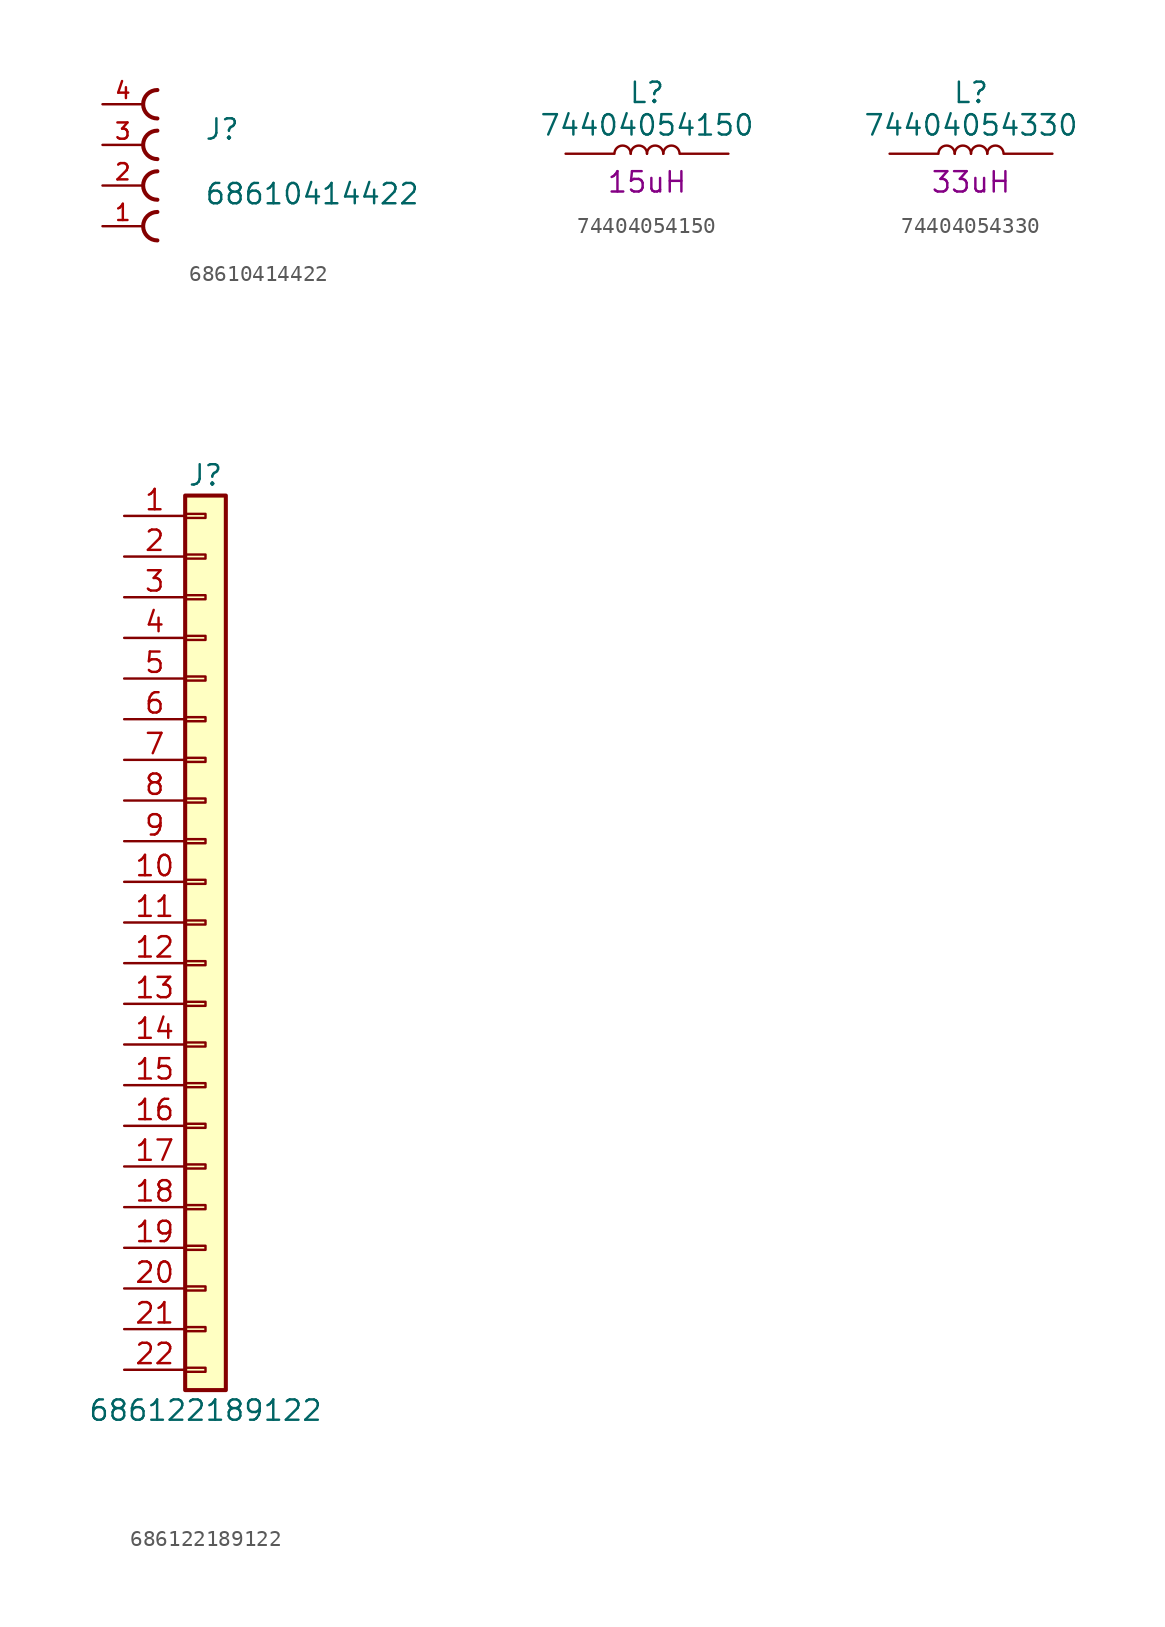
<source format=kicad_sym>
(kicad_symbol_lib
  (version 20231120)
  (generator "kicad_symbol_editor")
  (generator_version "8.0")
  (symbol "68610414422"
    (pin_names
      (offset 1.016) hide)
    (property "Reference" "J"
      (at 1.27 2.769 0)
      (effects (font (size 1.27 1.27)) (justify left bottom)))
    (property "Value" "68610414422"
      (at 1.27 -1.27 0)
      (effects (font (size 1.27 1.27)) (justify left bottom)))
    (symbol "68610414422_0_0"
      (arc (start -1.651 -1.651) (mid -2.5362 -2.54) (end -1.651 -3.429) (stroke (width 0.254) (type default)) (fill (type none)))
      (arc (start -1.651 0.889) (mid -2.5362 0) (end -1.651 -0.889) (stroke (width 0.254) (type default)) (fill (type none)))
      (arc (start -1.651 3.429) (mid -2.5362 2.54) (end -1.651 1.651) (stroke (width 0.254) (type default)) (fill (type none)))
      (arc (start -1.651 5.969) (mid -2.5362 5.08) (end -1.651 4.191) (stroke (width 0.254) (type default)) (fill (type none)))
      (pin passive line (at -5.08 -2.54 0) (length 2.54) (name "~" (effects (font (size 1.016 1.016)))) (number "1" (effects (font (size 1.016 1.016)))))
      (pin passive line (at -5.08 0 0) (length 2.54) (name "~" (effects (font (size 1.016 1.016)))) (number "2" (effects (font (size 1.016 1.016)))))
      (pin passive line (at -5.08 2.54 0) (length 2.54) (name "~" (effects (font (size 1.016 1.016)))) (number "3" (effects (font (size 1.016 1.016)))))
      (pin passive line (at -5.08 5.08 0) (length 2.54) (name "~" (effects (font (size 1.016 1.016)))) (number "4" (effects (font (size 1.016 1.016)))))))
  (symbol "74404054150"
    (pin_numbers hide)
    (pin_names
      (offset 0.254) hide)
    (property "Reference" "L"
      (at 0 3.81 0)
      (effects (font (size 1.27 1.27))))
    (property "Value" "74404054150"
      (at 0 1.778 0)
      (effects (font (size 1.27 1.27))))
    (property "Inductor Value" "15uH"
      (at 0 -1.778 0)
      (effects (font (size 1.27 1.27))))
    (symbol "74404054150_0_1"
      (arc (start -1.016 0) (mid -1.524 0.5058) (end -2.032 0) (stroke (width 0) (type default)) (fill (type none)))
      (arc (start 0 0) (mid -0.508 0.5058) (end -1.016 0) (stroke (width 0) (type default)) (fill (type none)))
      (arc (start 1.016 0) (mid 0.508 0.5058) (end 0 0) (stroke (width 0) (type default)) (fill (type none)))
      (arc (start 2.032 0) (mid 1.524 0.5058) (end 1.016 0) (stroke (width 0) (type default)) (fill (type none))))
    (symbol "74404054150_1_1"
      (pin passive line (at -5.08 0 0) (length 2.997) (name "~" (effects (font (size 1.27 1.27)))) (number "1" (effects (font (size 1.27 1.27)))))
      (pin passive line (at 5.08 0 180) (length 2.997) (name "~" (effects (font (size 1.27 1.27)))) (number "2" (effects (font (size 1.27 1.27)))))))
  (symbol "74404054330"
    (pin_numbers hide)
    (pin_names
      (offset 0.254) hide)
    (property "Reference" "L"
      (at 0 3.81 0)
      (effects (font (size 1.27 1.27))))
    (property "Value" "74404054330"
      (at 0 1.778 0)
      (effects (font (size 1.27 1.27))))
    (property "Inductor Value" "33uH"
      (at 0 -1.778 0)
      (effects (font (size 1.27 1.27))))
    (symbol "74404054330_0_1"
      (arc (start -1.016 0) (mid -1.524 0.5058) (end -2.032 0) (stroke (width 0) (type default)) (fill (type none)))
      (arc (start 0 0) (mid -0.508 0.5058) (end -1.016 0) (stroke (width 0) (type default)) (fill (type none)))
      (arc (start 1.016 0) (mid 0.508 0.5058) (end 0 0) (stroke (width 0) (type default)) (fill (type none)))
      (arc (start 2.032 0) (mid 1.524 0.5058) (end 1.016 0) (stroke (width 0) (type default)) (fill (type none))))
    (symbol "74404054330_1_1"
      (pin passive line (at -5.08 0 0) (length 2.997) (name "~" (effects (font (size 1.27 1.27)))) (number "1" (effects (font (size 1.27 1.27)))))
      (pin passive line (at 5.08 0 180) (length 2.997) (name "~" (effects (font (size 1.27 1.27)))) (number "2" (effects (font (size 1.27 1.27)))))))
  (symbol "686122189122"
    (pin_names
      (offset 1.016) hide)
    (property "Reference" "J"
      (at 0 29.21 0)
      (effects (font (size 1.27 1.27))))
    (property "Value" "686122189122"
      (at 0 -29.21 0)
      (effects (font (size 1.27 1.27))))
    (symbol "686122189122_1_1"
      (rectangle (start -1.27 -26.543) (end 0 -26.797) (stroke (width 0.152) (type default)) (fill (type none)))
      (rectangle (start -1.27 -24.003) (end 0 -24.257) (stroke (width 0.152) (type default)) (fill (type none)))
      (rectangle (start -1.27 -21.463) (end 0 -21.717) (stroke (width 0.152) (type default)) (fill (type none)))
      (rectangle (start -1.27 -18.923) (end 0 -19.177) (stroke (width 0.152) (type default)) (fill (type none)))
      (rectangle (start -1.27 -16.383) (end 0 -16.637) (stroke (width 0.152) (type default)) (fill (type none)))
      (rectangle (start -1.27 -13.843) (end 0 -14.097) (stroke (width 0.152) (type default)) (fill (type none)))
      (rectangle (start -1.27 -11.303) (end 0 -11.557) (stroke (width 0.152) (type default)) (fill (type none)))
      (rectangle (start -1.27 -8.763) (end 0 -9.017) (stroke (width 0.152) (type default)) (fill (type none)))
      (rectangle (start -1.27 -6.223) (end 0 -6.477) (stroke (width 0.152) (type default)) (fill (type none)))
      (rectangle (start -1.27 -3.683) (end 0 -3.937) (stroke (width 0.152) (type default)) (fill (type none)))
      (rectangle (start -1.27 -1.143) (end 0 -1.397) (stroke (width 0.152) (type default)) (fill (type none)))
      (rectangle (start -1.27 1.397) (end 0 1.143) (stroke (width 0.152) (type default)) (fill (type none)))
      (rectangle (start -1.27 3.937) (end 0 3.683) (stroke (width 0.152) (type default)) (fill (type none)))
      (rectangle (start -1.27 6.477) (end 0 6.223) (stroke (width 0.152) (type default)) (fill (type none)))
      (rectangle (start -1.27 9.017) (end 0 8.763) (stroke (width 0.152) (type default)) (fill (type none)))
      (rectangle (start -1.27 11.557) (end 0 11.303) (stroke (width 0.152) (type default)) (fill (type none)))
      (rectangle (start -1.27 14.097) (end 0 13.843) (stroke (width 0.152) (type default)) (fill (type none)))
      (rectangle (start -1.27 16.637) (end 0 16.383) (stroke (width 0.152) (type default)) (fill (type none)))
      (rectangle (start -1.27 19.177) (end 0 18.923) (stroke (width 0.152) (type default)) (fill (type none)))
      (rectangle (start -1.27 21.717) (end 0 21.463) (stroke (width 0.152) (type default)) (fill (type none)))
      (rectangle (start -1.27 24.257) (end 0 24.003) (stroke (width 0.152) (type default)) (fill (type none)))
      (rectangle (start -1.27 26.797) (end 0 26.543) (stroke (width 0.152) (type default)) (fill (type none)))
      (rectangle (start -1.27 27.94) (end 1.27 -27.94) (stroke (width 0.254) (type default)) (fill (type background)))
      (pin passive line (at -5.08 26.67 0) (length 3.81) (name "Pin_1" (effects (font (size 1.27 1.27)))) (number "1" (effects (font (size 1.27 1.27)))))
      (pin passive line (at -5.08 3.81 0) (length 3.81) (name "Pin_10" (effects (font (size 1.27 1.27)))) (number "10" (effects (font (size 1.27 1.27)))))
      (pin passive line (at -5.08 1.27 0) (length 3.81) (name "Pin_11" (effects (font (size 1.27 1.27)))) (number "11" (effects (font (size 1.27 1.27)))))
      (pin passive line (at -5.08 -1.27 0) (length 3.81) (name "Pin_12" (effects (font (size 1.27 1.27)))) (number "12" (effects (font (size 1.27 1.27)))))
      (pin passive line (at -5.08 -3.81 0) (length 3.81) (name "Pin_13" (effects (font (size 1.27 1.27)))) (number "13" (effects (font (size 1.27 1.27)))))
      (pin passive line (at -5.08 -6.35 0) (length 3.81) (name "Pin_14" (effects (font (size 1.27 1.27)))) (number "14" (effects (font (size 1.27 1.27)))))
      (pin passive line (at -5.08 -8.89 0) (length 3.81) (name "Pin_15" (effects (font (size 1.27 1.27)))) (number "15" (effects (font (size 1.27 1.27)))))
      (pin passive line (at -5.08 -11.43 0) (length 3.81) (name "Pin_16" (effects (font (size 1.27 1.27)))) (number "16" (effects (font (size 1.27 1.27)))))
      (pin passive line (at -5.08 -13.97 0) (length 3.81) (name "Pin_17" (effects (font (size 1.27 1.27)))) (number "17" (effects (font (size 1.27 1.27)))))
      (pin passive line (at -5.08 -16.51 0) (length 3.81) (name "Pin_18" (effects (font (size 1.27 1.27)))) (number "18" (effects (font (size 1.27 1.27)))))
      (pin passive line (at -5.08 -19.05 0) (length 3.81) (name "Pin_19" (effects (font (size 1.27 1.27)))) (number "19" (effects (font (size 1.27 1.27)))))
      (pin passive line (at -5.08 24.13 0) (length 3.81) (name "Pin_2" (effects (font (size 1.27 1.27)))) (number "2" (effects (font (size 1.27 1.27)))))
      (pin passive line (at -5.08 -21.59 0) (length 3.81) (name "Pin_20" (effects (font (size 1.27 1.27)))) (number "20" (effects (font (size 1.27 1.27)))))
      (pin passive line (at -5.08 -24.13 0) (length 3.81) (name "Pin_21" (effects (font (size 1.27 1.27)))) (number "21" (effects (font (size 1.27 1.27)))))
      (pin passive line (at -5.08 -26.67 0) (length 3.81) (name "Pin_22" (effects (font (size 1.27 1.27)))) (number "22" (effects (font (size 1.27 1.27)))))
      (pin passive line (at -5.08 21.59 0) (length 3.81) (name "Pin_3" (effects (font (size 1.27 1.27)))) (number "3" (effects (font (size 1.27 1.27)))))
      (pin passive line (at -5.08 19.05 0) (length 3.81) (name "Pin_4" (effects (font (size 1.27 1.27)))) (number "4" (effects (font (size 1.27 1.27)))))
      (pin passive line (at -5.08 16.51 0) (length 3.81) (name "Pin_5" (effects (font (size 1.27 1.27)))) (number "5" (effects (font (size 1.27 1.27)))))
      (pin passive line (at -5.08 13.97 0) (length 3.81) (name "Pin_6" (effects (font (size 1.27 1.27)))) (number "6" (effects (font (size 1.27 1.27)))))
      (pin passive line (at -5.08 11.43 0) (length 3.81) (name "Pin_7" (effects (font (size 1.27 1.27)))) (number "7" (effects (font (size 1.27 1.27)))))
      (pin passive line (at -5.08 8.89 0) (length 3.81) (name "Pin_8" (effects (font (size 1.27 1.27)))) (number "8" (effects (font (size 1.27 1.27)))))
      (pin passive line (at -5.08 6.35 0) (length 3.81) (name "Pin_9" (effects (font (size 1.27 1.27)))) (number "9" (effects (font (size 1.27 1.27))))))))
</source>
